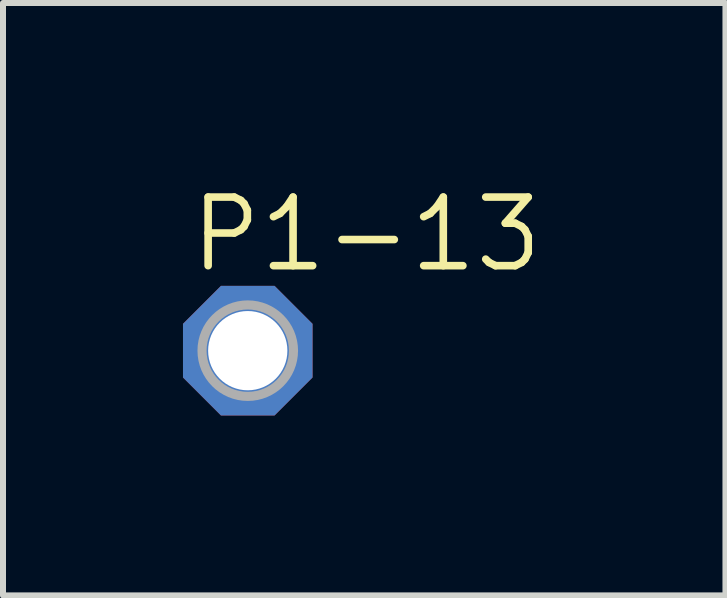
<source format=kicad_pcb>
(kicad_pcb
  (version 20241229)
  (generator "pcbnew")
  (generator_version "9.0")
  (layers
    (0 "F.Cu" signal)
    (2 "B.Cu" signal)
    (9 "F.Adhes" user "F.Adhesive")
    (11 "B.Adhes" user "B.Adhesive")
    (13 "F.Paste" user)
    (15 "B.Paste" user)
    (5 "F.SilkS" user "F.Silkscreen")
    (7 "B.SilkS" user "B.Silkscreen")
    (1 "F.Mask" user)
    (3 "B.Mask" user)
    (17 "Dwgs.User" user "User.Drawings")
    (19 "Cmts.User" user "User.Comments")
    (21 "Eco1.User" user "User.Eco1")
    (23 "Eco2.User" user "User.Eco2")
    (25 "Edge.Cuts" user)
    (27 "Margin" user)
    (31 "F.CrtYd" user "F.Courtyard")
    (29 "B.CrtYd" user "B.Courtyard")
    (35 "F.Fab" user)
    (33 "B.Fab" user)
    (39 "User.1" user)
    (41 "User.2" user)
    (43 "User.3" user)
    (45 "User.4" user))
  (footprint "P1-13"
    (layer "F.Cu")
    (at 1.079 2.794)
    (property "Reference" "P1-13" (at -1.016 -1.27 0) (unlocked yes) (layer "F.SilkS") (effects (font (size 1.143 1.143) (thickness 0.127)) (justify left bottom)))
    (fp_circle (center 0 0) (end 0.762 0) (stroke (width 0.152) (type solid)) (fill no) (layer "F.Fab"))
    (fp_poly (pts (xy -0.33 0.33) (xy 0.33 0.33) (xy 0.33 -0.33) (xy -0.33 -0.33)) (stroke (width 0.1) (type default)) (fill no) (layer "F.Fab"))
    (pad "TP" thru_hole roundrect (at 0 0) (size 2.159 2.159) (drill 1.321) (layers "*.Cu" "*.Mask") (roundrect_rratio 0.25) (chamfer_ratio 0.293) (chamfer top_left top_right bottom_left bottom_right)))
  (gr_rect
    (start -3 -3)
    (end 9.04 6.873)
    (stroke (width 0.1) (type default))
    (fill no)
    (layer "Edge.Cuts")))
</source>
